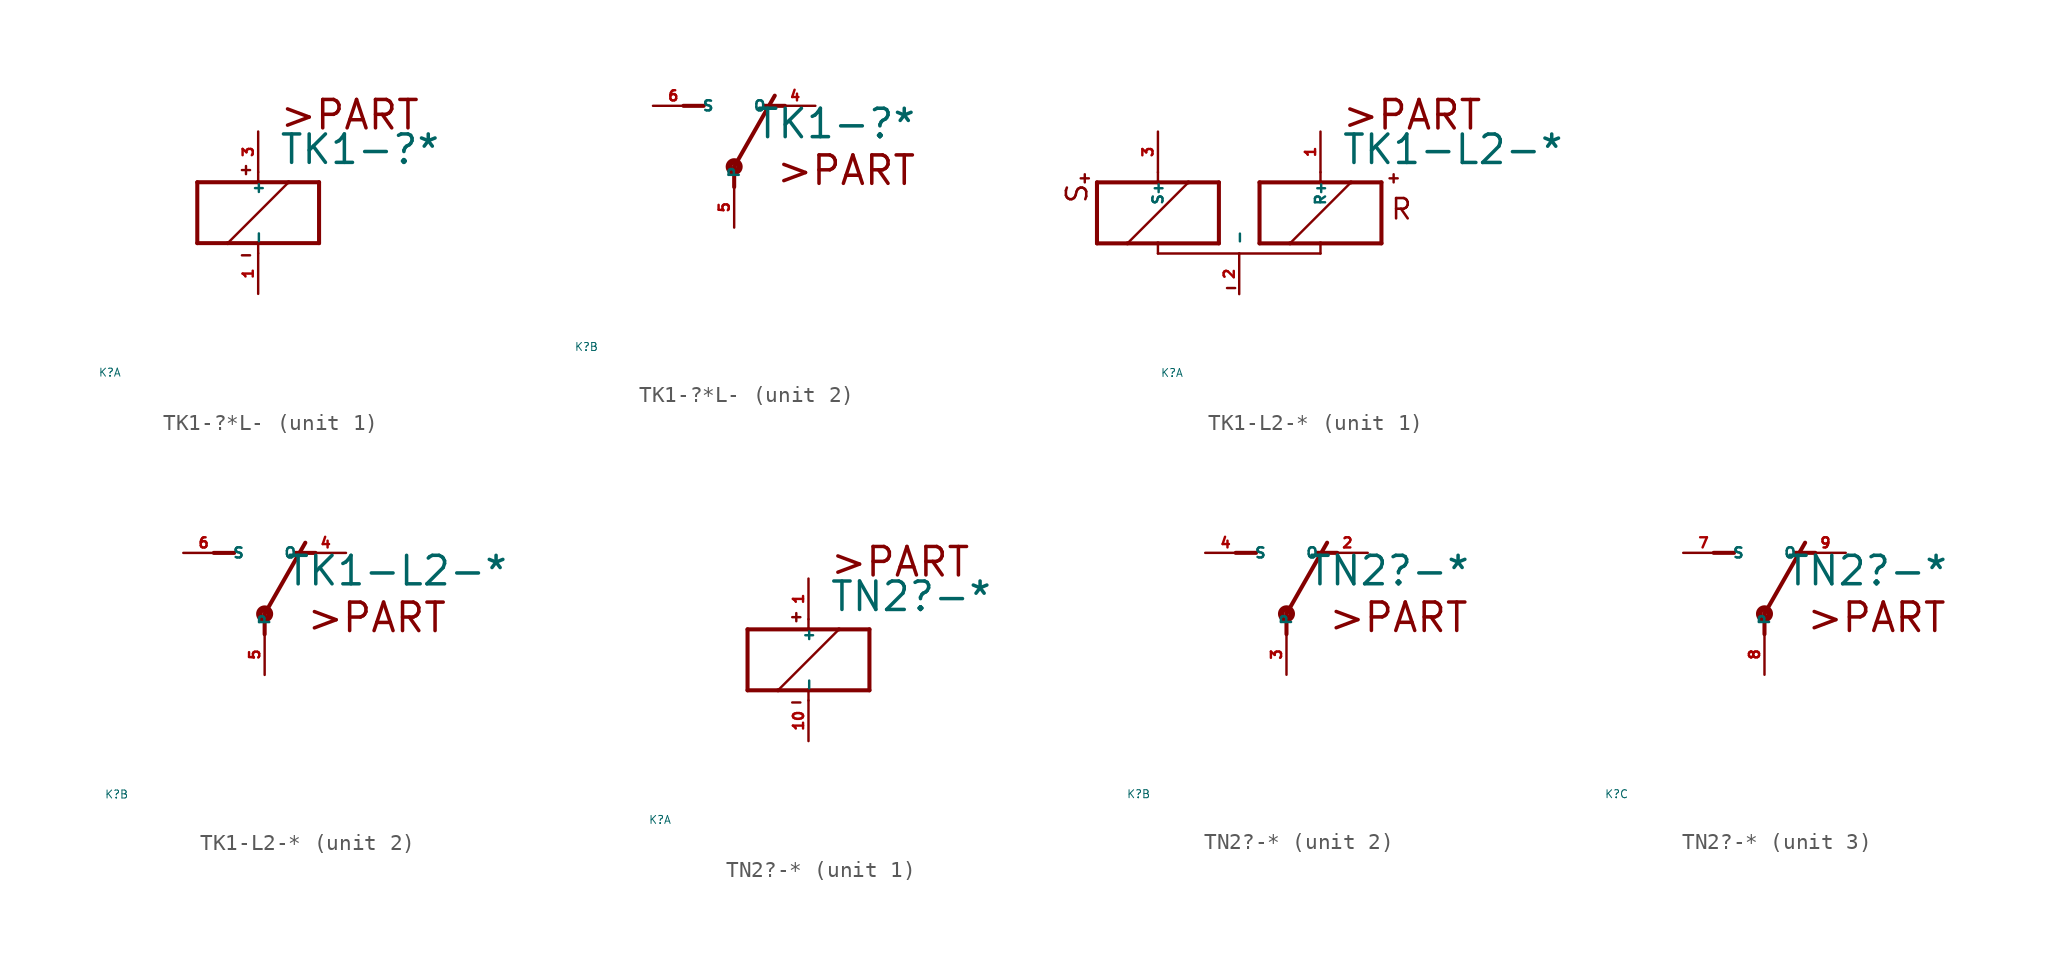
<source format=kicad_sym>
(kicad_symbol_lib
  (version 20220914)
  (generator Eagle2Kicad)
  (symbol "TK1-?*L-"
    (property "Reference" "K"
      (at -10 -10 0)
      (effects (font (size 0.5 0.5) (thickness 0.06)) (justify left)))
    (property "Value" "TK1-?*"
      (at 1.27 2.921 0)
      (effects (font (size 1.778 1.778) (thickness 0.22)) (justify left bottom)))
    (symbol "TK1-?*L-_1_0"
      (polyline (pts (xy -3.81 -1.905) (xy -1.905 -1.905)) (stroke (width 0.254) (type default)) (fill (type none)))
      (polyline (pts (xy 3.81 -1.905) (xy 3.81 1.905)) (stroke (width 0.254) (type default)) (fill (type none)))
      (polyline (pts (xy 3.81 1.905) (xy 1.905 1.905)) (stroke (width 0.254) (type default)) (fill (type none)))
      (polyline (pts (xy -3.81 1.905) (xy -3.81 -1.905)) (stroke (width 0.254) (type default)) (fill (type none)))
      (polyline (pts (xy 0 -2.54) (xy 0 -1.905)) (stroke (width 0.152) (type default)) (fill (type none)))
      (polyline (pts (xy 0 -1.905) (xy 3.81 -1.905)) (stroke (width 0.254) (type default)) (fill (type none)))
      (polyline (pts (xy 0 2.54) (xy 0 1.905)) (stroke (width 0.152) (type default)) (fill (type none)))
      (polyline (pts (xy 0 1.905) (xy -3.81 1.905)) (stroke (width 0.254) (type default)) (fill (type none)))
      (polyline (pts (xy -1.905 -1.905) (xy 1.905 1.905)) (stroke (width 0.152) (type default)) (fill (type none)))
      (polyline (pts (xy -1.905 -1.905) (xy 0 -1.905)) (stroke (width 0.254) (type default)) (fill (type none)))
      (polyline (pts (xy 1.905 1.905) (xy 0 1.905)) (stroke (width 0.254) (type default)) (fill (type none)))
      (polyline (pts (xy -1.016 2.667) (xy -0.508 2.667)) (stroke (width 0.152) (type default)) (fill (type none)))
      (polyline (pts (xy -0.762 2.921) (xy -0.762 2.413)) (stroke (width 0.152) (type default)) (fill (type none)))
      (polyline (pts (xy -1.016 -2.667) (xy -0.508 -2.667)) (stroke (width 0.152) (type default)) (fill (type none)))
      (text ">PART" (at 1.27 5.08 0) (effects (font (size 1.778 1.778) (thickness 0.22)) (justify left bottom)))
      (pin passive line (at 0 -5.08 90) (length 2.54) (name "-" (effects (font (size 0.635 0.635) (thickness 0.08)) (justify left bottom))) (number "1" (effects (font (size 0.635 0.635) (thickness 0.08)) (justify left bottom))))
      (pin passive line (at 0 5.08 270) (length 2.54) (name "+" (effects (font (size 0.635 0.635) (thickness 0.08)) (justify left bottom))) (number "3" (effects (font (size 0.635 0.635) (thickness 0.08)) (justify left bottom)))))
    (symbol "TK1-?*L-_2_0"
      (polyline (pts (xy 3.175 5.08) (xy 1.905 5.08)) (stroke (width 0.254) (type default)) (fill (type none)))
      (polyline (pts (xy -3.175 5.08) (xy -1.905 5.08)) (stroke (width 0.254) (type default)) (fill (type none)))
      (polyline (pts (xy 0 1.27) (xy 2.54 5.715)) (stroke (width 0.254) (type default)) (fill (type none)))
      (polyline (pts (xy 0 1.27) (xy 0 0)) (stroke (width 0.254) (type default)) (fill (type none)))
      (text ">PART" (at 2.54 0 0) (effects (font (size 1.778 1.778) (thickness 0.22)) (justify left bottom)))
      (circle (center 0 1.27) (radius 0.127) (stroke (width 0.406) (type default)) (fill (type none)))
      (pin passive line (at 5.08 5.08 180) (length 2.54) (name "O" (effects (font (size 0.635 0.635) (thickness 0.08)) (justify left bottom))) (number "4" (effects (font (size 0.635 0.635) (thickness 0.08)) (justify left bottom))))
      (pin passive line (at -5.08 5.08 0) (length 2.54) (name "S" (effects (font (size 0.635 0.635) (thickness 0.08)) (justify left bottom))) (number "6" (effects (font (size 0.635 0.635) (thickness 0.08)) (justify left bottom))))
      (pin passive line (at 0 -2.54 90) (length 2.54) (name "P" (effects (font (size 0.635 0.635) (thickness 0.08)) (justify left bottom))) (number "5" (effects (font (size 0.635 0.635) (thickness 0.08)) (justify left bottom))))))
  (symbol "TK1-L2-*"
    (property "Reference" "K"
      (at -10 -10 0)
      (effects (font (size 0.5 0.5) (thickness 0.06)) (justify left)))
    (property "Value" "TK1-L2-*"
      (at 1.27 2.921 0)
      (effects (font (size 1.778 1.778) (thickness 0.22)) (justify left bottom)))
    (symbol "TK1-L2-*_1_0"
      (polyline (pts (xy -3.81 -1.905) (xy -1.905 -1.905)) (stroke (width 0.254) (type default)) (fill (type none)))
      (polyline (pts (xy 3.81 -1.905) (xy 3.81 1.905)) (stroke (width 0.254) (type default)) (fill (type none)))
      (polyline (pts (xy 3.81 1.905) (xy 1.905 1.905)) (stroke (width 0.254) (type default)) (fill (type none)))
      (polyline (pts (xy -3.81 1.905) (xy -3.81 -1.905)) (stroke (width 0.254) (type default)) (fill (type none)))
      (polyline (pts (xy -5.08 -2.54) (xy 0 -2.54)) (stroke (width 0.152) (type default)) (fill (type none)))
      (polyline (pts (xy 0 -2.54) (xy 0 -1.905)) (stroke (width 0.152) (type default)) (fill (type none)))
      (polyline (pts (xy 0 -1.905) (xy 3.81 -1.905)) (stroke (width 0.254) (type default)) (fill (type none)))
      (polyline (pts (xy 0 2.54) (xy 0 1.905)) (stroke (width 0.152) (type default)) (fill (type none)))
      (polyline (pts (xy 0 1.905) (xy -3.81 1.905)) (stroke (width 0.254) (type default)) (fill (type none)))
      (polyline (pts (xy -1.905 -1.905) (xy 1.905 1.905)) (stroke (width 0.152) (type default)) (fill (type none)))
      (polyline (pts (xy -1.905 -1.905) (xy 0 -1.905)) (stroke (width 0.254) (type default)) (fill (type none)))
      (polyline (pts (xy 1.905 1.905) (xy 0 1.905)) (stroke (width 0.254) (type default)) (fill (type none)))
      (polyline (pts (xy -14.478 2.159) (xy -14.986 2.159)) (stroke (width 0.152) (type default)) (fill (type none)))
      (polyline (pts (xy -14.732 2.413) (xy -14.732 1.905)) (stroke (width 0.152) (type default)) (fill (type none)))
      (polyline (pts (xy -5.842 -4.699) (xy -5.334 -4.699)) (stroke (width 0.152) (type default)) (fill (type none)))
      (polyline (pts (xy -6.35 1.905) (xy -8.255 1.905)) (stroke (width 0.254) (type default)) (fill (type none)))
      (polyline (pts (xy -13.97 1.905) (xy -13.97 -1.905)) (stroke (width 0.254) (type default)) (fill (type none)))
      (polyline (pts (xy -13.97 -1.905) (xy -12.065 -1.905)) (stroke (width 0.254) (type default)) (fill (type none)))
      (polyline (pts (xy -6.35 -1.905) (xy -6.35 1.905)) (stroke (width 0.254) (type default)) (fill (type none)))
      (polyline (pts (xy -10.16 2.54) (xy -10.16 1.905)) (stroke (width 0.152) (type default)) (fill (type none)))
      (polyline (pts (xy -10.16 1.905) (xy -13.97 1.905)) (stroke (width 0.254) (type default)) (fill (type none)))
      (polyline (pts (xy -5.08 -2.54) (xy -10.16 -2.54)) (stroke (width 0.152) (type default)) (fill (type none)))
      (polyline (pts (xy -10.16 -2.54) (xy -10.16 -1.905)) (stroke (width 0.152) (type default)) (fill (type none)))
      (polyline (pts (xy -10.16 -1.905) (xy -6.35 -1.905)) (stroke (width 0.254) (type default)) (fill (type none)))
      (polyline (pts (xy -8.255 1.905) (xy -12.065 -1.905)) (stroke (width 0.152) (type default)) (fill (type none)))
      (polyline (pts (xy -8.255 1.905) (xy -10.16 1.905)) (stroke (width 0.254) (type default)) (fill (type none)))
      (polyline (pts (xy -12.065 -1.905) (xy -10.16 -1.905)) (stroke (width 0.254) (type default)) (fill (type none)))
      (polyline (pts (xy 4.318 2.159) (xy 4.826 2.159)) (stroke (width 0.152) (type default)) (fill (type none)))
      (polyline (pts (xy 4.572 2.413) (xy 4.572 1.905)) (stroke (width 0.152) (type default)) (fill (type none)))
      (text ">PART" (at 1.27 5.08 0) (effects (font (size 1.778 1.778) (thickness 0.22)) (justify left bottom)))
      (text "R" (at 4.318 -0.508 0) (effects (font (size 1.27 1.27) (thickness 0.16)) (justify left bottom)))
      (text "S" (at -14.478 0.508 1800) (effects (font (size 1.27 1.27) (thickness 0.16)) (justify left bottom)))
      (pin passive line (at -5.08 -5.08 90) (length 2.54) (name "-" (effects (font (size 0.635 0.635) (thickness 0.08)) (justify left bottom))) (number "2" (effects (font (size 0.635 0.635) (thickness 0.08)) (justify left bottom))))
      (pin passive line (at 0 5.08 270) (length 2.54) (name "R+" (effects (font (size 0.635 0.635) (thickness 0.08)) (justify left bottom))) (number "1" (effects (font (size 0.635 0.635) (thickness 0.08)) (justify left bottom))))
      (pin passive line (at -10.16 5.08 270) (length 2.54) (name "S+" (effects (font (size 0.635 0.635) (thickness 0.08)) (justify left bottom))) (number "3" (effects (font (size 0.635 0.635) (thickness 0.08)) (justify left bottom)))))
    (symbol "TK1-L2-*_2_0"
      (polyline (pts (xy 3.175 5.08) (xy 1.905 5.08)) (stroke (width 0.254) (type default)) (fill (type none)))
      (polyline (pts (xy -3.175 5.08) (xy -1.905 5.08)) (stroke (width 0.254) (type default)) (fill (type none)))
      (polyline (pts (xy 0 1.27) (xy 2.54 5.715)) (stroke (width 0.254) (type default)) (fill (type none)))
      (polyline (pts (xy 0 1.27) (xy 0 0)) (stroke (width 0.254) (type default)) (fill (type none)))
      (text ">PART" (at 2.54 0 0) (effects (font (size 1.778 1.778) (thickness 0.22)) (justify left bottom)))
      (circle (center 0 1.27) (radius 0.127) (stroke (width 0.406) (type default)) (fill (type none)))
      (pin passive line (at 5.08 5.08 180) (length 2.54) (name "O" (effects (font (size 0.635 0.635) (thickness 0.08)) (justify left bottom))) (number "4" (effects (font (size 0.635 0.635) (thickness 0.08)) (justify left bottom))))
      (pin passive line (at -5.08 5.08 0) (length 2.54) (name "S" (effects (font (size 0.635 0.635) (thickness 0.08)) (justify left bottom))) (number "6" (effects (font (size 0.635 0.635) (thickness 0.08)) (justify left bottom))))
      (pin passive line (at 0 -2.54 90) (length 2.54) (name "P" (effects (font (size 0.635 0.635) (thickness 0.08)) (justify left bottom))) (number "5" (effects (font (size 0.635 0.635) (thickness 0.08)) (justify left bottom))))))
  (symbol "TN2?-*"
    (property "Reference" "K"
      (at -10 -10 0)
      (effects (font (size 0.5 0.5) (thickness 0.06)) (justify left)))
    (property "Value" "TN2?-*"
      (at 1.27 2.921 0)
      (effects (font (size 1.778 1.778) (thickness 0.22)) (justify left bottom)))
    (symbol "TN2?-*_1_0"
      (polyline (pts (xy -3.81 -1.905) (xy -1.905 -1.905)) (stroke (width 0.254) (type default)) (fill (type none)))
      (polyline (pts (xy 3.81 -1.905) (xy 3.81 1.905)) (stroke (width 0.254) (type default)) (fill (type none)))
      (polyline (pts (xy 3.81 1.905) (xy 1.905 1.905)) (stroke (width 0.254) (type default)) (fill (type none)))
      (polyline (pts (xy -3.81 1.905) (xy -3.81 -1.905)) (stroke (width 0.254) (type default)) (fill (type none)))
      (polyline (pts (xy 0 -2.54) (xy 0 -1.905)) (stroke (width 0.152) (type default)) (fill (type none)))
      (polyline (pts (xy 0 -1.905) (xy 3.81 -1.905)) (stroke (width 0.254) (type default)) (fill (type none)))
      (polyline (pts (xy 0 2.54) (xy 0 1.905)) (stroke (width 0.152) (type default)) (fill (type none)))
      (polyline (pts (xy 0 1.905) (xy -3.81 1.905)) (stroke (width 0.254) (type default)) (fill (type none)))
      (polyline (pts (xy -1.905 -1.905) (xy 1.905 1.905)) (stroke (width 0.152) (type default)) (fill (type none)))
      (polyline (pts (xy -1.905 -1.905) (xy 0 -1.905)) (stroke (width 0.254) (type default)) (fill (type none)))
      (polyline (pts (xy 1.905 1.905) (xy 0 1.905)) (stroke (width 0.254) (type default)) (fill (type none)))
      (polyline (pts (xy -1.016 2.667) (xy -0.508 2.667)) (stroke (width 0.152) (type default)) (fill (type none)))
      (polyline (pts (xy -0.762 2.921) (xy -0.762 2.413)) (stroke (width 0.152) (type default)) (fill (type none)))
      (polyline (pts (xy -1.016 -2.667) (xy -0.508 -2.667)) (stroke (width 0.152) (type default)) (fill (type none)))
      (text ">PART" (at 1.27 5.08 0) (effects (font (size 1.778 1.778) (thickness 0.22)) (justify left bottom)))
      (pin passive line (at 0 -5.08 90) (length 2.54) (name "-" (effects (font (size 0.635 0.635) (thickness 0.08)) (justify left bottom))) (number "10" (effects (font (size 0.635 0.635) (thickness 0.08)) (justify left bottom))))
      (pin passive line (at 0 5.08 270) (length 2.54) (name "+" (effects (font (size 0.635 0.635) (thickness 0.08)) (justify left bottom))) (number "1" (effects (font (size 0.635 0.635) (thickness 0.08)) (justify left bottom)))))
    (symbol "TN2?-*_2_0"
      (polyline (pts (xy 3.175 5.08) (xy 1.905 5.08)) (stroke (width 0.254) (type default)) (fill (type none)))
      (polyline (pts (xy -3.175 5.08) (xy -1.905 5.08)) (stroke (width 0.254) (type default)) (fill (type none)))
      (polyline (pts (xy 0 1.27) (xy 2.54 5.715)) (stroke (width 0.254) (type default)) (fill (type none)))
      (polyline (pts (xy 0 1.27) (xy 0 0)) (stroke (width 0.254) (type default)) (fill (type none)))
      (text ">PART" (at 2.54 0 0) (effects (font (size 1.778 1.778) (thickness 0.22)) (justify left bottom)))
      (circle (center 0 1.27) (radius 0.127) (stroke (width 0.406) (type default)) (fill (type none)))
      (pin passive line (at 5.08 5.08 180) (length 2.54) (name "O" (effects (font (size 0.635 0.635) (thickness 0.08)) (justify left bottom))) (number "2" (effects (font (size 0.635 0.635) (thickness 0.08)) (justify left bottom))))
      (pin passive line (at -5.08 5.08 0) (length 2.54) (name "S" (effects (font (size 0.635 0.635) (thickness 0.08)) (justify left bottom))) (number "4" (effects (font (size 0.635 0.635) (thickness 0.08)) (justify left bottom))))
      (pin passive line (at 0 -2.54 90) (length 2.54) (name "P" (effects (font (size 0.635 0.635) (thickness 0.08)) (justify left bottom))) (number "3" (effects (font (size 0.635 0.635) (thickness 0.08)) (justify left bottom)))))
    (symbol "TN2?-*_3_0"
      (polyline (pts (xy 3.175 5.08) (xy 1.905 5.08)) (stroke (width 0.254) (type default)) (fill (type none)))
      (polyline (pts (xy -3.175 5.08) (xy -1.905 5.08)) (stroke (width 0.254) (type default)) (fill (type none)))
      (polyline (pts (xy 0 1.27) (xy 2.54 5.715)) (stroke (width 0.254) (type default)) (fill (type none)))
      (polyline (pts (xy 0 1.27) (xy 0 0)) (stroke (width 0.254) (type default)) (fill (type none)))
      (text ">PART" (at 2.54 0 0) (effects (font (size 1.778 1.778) (thickness 0.22)) (justify left bottom)))
      (circle (center 0 1.27) (radius 0.127) (stroke (width 0.406) (type default)) (fill (type none)))
      (pin passive line (at 5.08 5.08 180) (length 2.54) (name "O" (effects (font (size 0.635 0.635) (thickness 0.08)) (justify left bottom))) (number "9" (effects (font (size 0.635 0.635) (thickness 0.08)) (justify left bottom))))
      (pin passive line (at -5.08 5.08 0) (length 2.54) (name "S" (effects (font (size 0.635 0.635) (thickness 0.08)) (justify left bottom))) (number "7" (effects (font (size 0.635 0.635) (thickness 0.08)) (justify left bottom))))
      (pin passive line (at 0 -2.54 90) (length 2.54) (name "P" (effects (font (size 0.635 0.635) (thickness 0.08)) (justify left bottom))) (number "8" (effects (font (size 0.635 0.635) (thickness 0.08)) (justify left bottom)))))))
</source>
